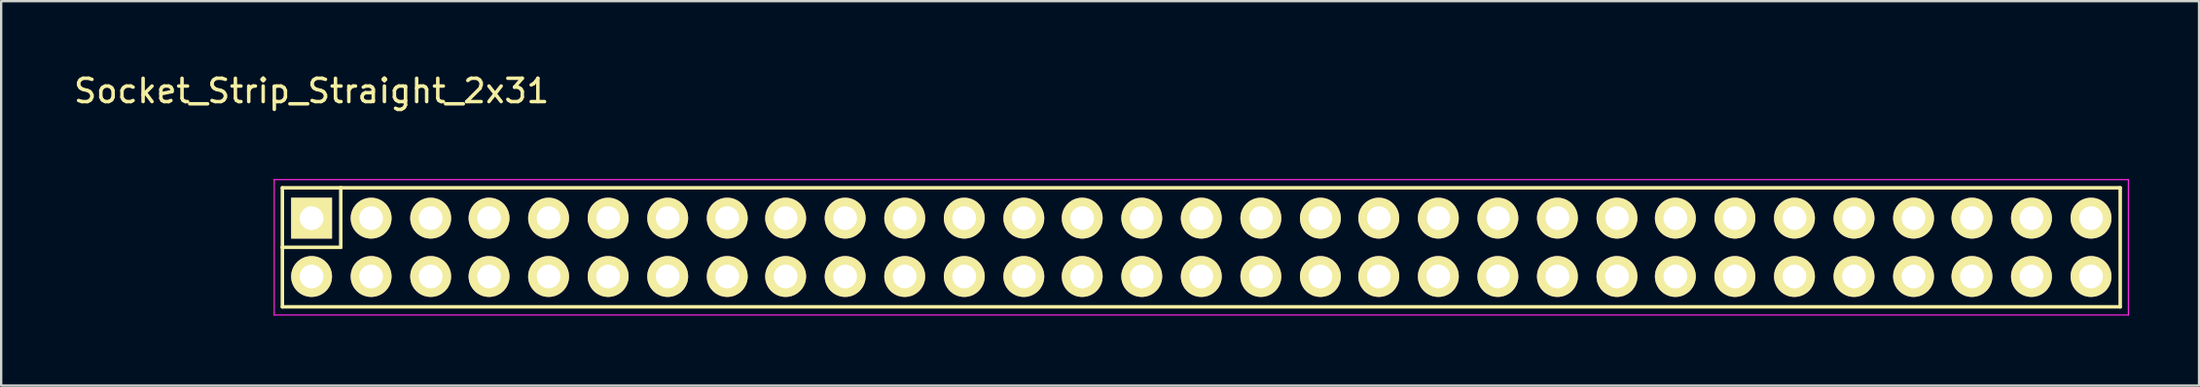
<source format=kicad_pcb>
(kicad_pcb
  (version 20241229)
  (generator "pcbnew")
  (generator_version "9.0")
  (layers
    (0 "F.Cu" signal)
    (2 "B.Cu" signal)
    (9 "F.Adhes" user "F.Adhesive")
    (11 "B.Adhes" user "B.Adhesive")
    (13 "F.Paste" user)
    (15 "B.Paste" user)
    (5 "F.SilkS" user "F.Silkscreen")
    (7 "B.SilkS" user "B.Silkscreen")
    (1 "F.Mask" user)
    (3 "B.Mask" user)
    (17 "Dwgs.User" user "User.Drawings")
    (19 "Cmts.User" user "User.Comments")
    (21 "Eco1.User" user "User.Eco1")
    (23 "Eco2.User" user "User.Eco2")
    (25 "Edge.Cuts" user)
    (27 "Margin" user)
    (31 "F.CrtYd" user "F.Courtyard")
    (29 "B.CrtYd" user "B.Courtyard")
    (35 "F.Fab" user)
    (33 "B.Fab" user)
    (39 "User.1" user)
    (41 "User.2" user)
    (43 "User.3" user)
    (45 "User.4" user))
  (footprint "Socket_Strip_Straight_2x31"
    (layer "F.Cu")
    (at 10.292 6.298)
    (property "Reference" "Socket_Strip_Straight_2x31" (at 0 -5.45 0) (layer "F.SilkS") (effects (font (size 1 1) (thickness 0.15))))
    (attr through_hole)
    (fp_line (start -1.25 -1.3) (end -1.25 1.25) (stroke (width 0.15) (type solid)) (layer "F.SilkS"))
    (fp_line (start -1.25 -1.3) (end 1.25 -1.3) (stroke (width 0.15) (type solid)) (layer "F.SilkS"))
    (fp_line (start -1.25 1.25) (end 1.25 1.25) (stroke (width 0.15) (type solid)) (layer "F.SilkS"))
    (fp_line (start -1.25 3.8) (end -1.25 1.25) (stroke (width 0.15) (type solid)) (layer "F.SilkS"))
    (fp_line (start -1.25 3.8) (end 77.45 3.8) (stroke (width 0.15) (type solid)) (layer "F.SilkS"))
    (fp_line (start 1.25 1.25) (end 1.25 -1.3) (stroke (width 0.15) (type solid)) (layer "F.SilkS"))
    (fp_line (start 77.45 -1.3) (end 1.25 -1.3) (stroke (width 0.15) (type solid)) (layer "F.SilkS"))
    (fp_line (start 77.45 3.8) (end 77.45 -1.3) (stroke (width 0.15) (type solid)) (layer "F.SilkS"))
    (fp_line (start -1.6 -1.65) (end -1.6 4.15) (stroke (width 0.05) (type solid)) (layer "F.CrtYd"))
    (fp_line (start -1.6 -1.65) (end 77.8 -1.65) (stroke (width 0.05) (type solid)) (layer "F.CrtYd"))
    (fp_line (start -1.6 4.15) (end 77.8 4.15) (stroke (width 0.05) (type solid)) (layer "F.CrtYd"))
    (fp_line (start 77.8 -1.65) (end 77.8 4.15) (stroke (width 0.05) (type solid)) (layer "F.CrtYd"))
    (pad "1" thru_hole rect (at 0 0) (size 1.75 1.75) (drill 1.016) (layers "*.Cu" "*.Mask" "F.SilkS"))
    (pad "2" thru_hole oval (at 0 2.5) (size 1.75 1.75) (drill 1.016) (layers "*.Cu" "*.Mask" "F.SilkS"))
    (pad "3" thru_hole oval (at 2.55 0) (size 1.75 1.75) (drill 1.016) (layers "*.Cu" "*.Mask" "F.SilkS"))
    (pad "4" thru_hole oval (at 2.55 2.5) (size 1.75 1.75) (drill 1.016) (layers "*.Cu" "*.Mask" "F.SilkS"))
    (pad "5" thru_hole oval (at 5.1 0) (size 1.75 1.75) (drill 1.016) (layers "*.Cu" "*.Mask" "F.SilkS"))
    (pad "6" thru_hole oval (at 5.1 2.5) (size 1.75 1.75) (drill 1.016) (layers "*.Cu" "*.Mask" "F.SilkS"))
    (pad "7" thru_hole oval (at 7.6 0) (size 1.75 1.75) (drill 1.016) (layers "*.Cu" "*.Mask" "F.SilkS"))
    (pad "8" thru_hole oval (at 7.6 2.5) (size 1.75 1.75) (drill 1.016) (layers "*.Cu" "*.Mask" "F.SilkS"))
    (pad "9" thru_hole oval (at 10.15 0) (size 1.75 1.75) (drill 1.016) (layers "*.Cu" "*.Mask" "F.SilkS"))
    (pad "10" thru_hole oval (at 10.15 2.5) (size 1.75 1.75) (drill 1.016) (layers "*.Cu" "*.Mask" "F.SilkS"))
    (pad "11" thru_hole oval (at 12.7 0) (size 1.75 1.75) (drill 1.016) (layers "*.Cu" "*.Mask" "F.SilkS"))
    (pad "12" thru_hole oval (at 12.7 2.5) (size 1.75 1.75) (drill 1.016) (layers "*.Cu" "*.Mask" "F.SilkS"))
    (pad "13" thru_hole oval (at 15.25 0) (size 1.75 1.75) (drill 1.016) (layers "*.Cu" "*.Mask" "F.SilkS"))
    (pad "14" thru_hole oval (at 15.25 2.5) (size 1.75 1.75) (drill 1.016) (layers "*.Cu" "*.Mask" "F.SilkS"))
    (pad "15" thru_hole oval (at 17.8 0) (size 1.75 1.75) (drill 1.016) (layers "*.Cu" "*.Mask" "F.SilkS"))
    (pad "16" thru_hole oval (at 17.8 2.5) (size 1.75 1.75) (drill 1.016) (layers "*.Cu" "*.Mask" "F.SilkS"))
    (pad "17" thru_hole oval (at 20.3 0) (size 1.75 1.75) (drill 1.016) (layers "*.Cu" "*.Mask" "F.SilkS"))
    (pad "18" thru_hole oval (at 20.3 2.5) (size 1.75 1.75) (drill 1.016) (layers "*.Cu" "*.Mask" "F.SilkS"))
    (pad "19" thru_hole oval (at 22.85 0) (size 1.75 1.75) (drill 1.016) (layers "*.Cu" "*.Mask" "F.SilkS"))
    (pad "20" thru_hole oval (at 22.85 2.5) (size 1.75 1.75) (drill 1.016) (layers "*.Cu" "*.Mask" "F.SilkS"))
    (pad "21" thru_hole oval (at 25.4 0) (size 1.75 1.75) (drill 1.016) (layers "*.Cu" "*.Mask" "F.SilkS"))
    (pad "22" thru_hole oval (at 25.4 2.5) (size 1.75 1.75) (drill 1.016) (layers "*.Cu" "*.Mask" "F.SilkS"))
    (pad "23" thru_hole oval (at 27.95 0) (size 1.75 1.75) (drill 1.016) (layers "*.Cu" "*.Mask" "F.SilkS"))
    (pad "24" thru_hole oval (at 27.95 2.5) (size 1.75 1.75) (drill 1.016) (layers "*.Cu" "*.Mask" "F.SilkS"))
    (pad "25" thru_hole oval (at 30.5 0) (size 1.75 1.75) (drill 1.016) (layers "*.Cu" "*.Mask" "F.SilkS"))
    (pad "26" thru_hole oval (at 30.5 2.5) (size 1.75 1.75) (drill 1.016) (layers "*.Cu" "*.Mask" "F.SilkS"))
    (pad "27" thru_hole oval (at 33 0) (size 1.75 1.75) (drill 1.016) (layers "*.Cu" "*.Mask" "F.SilkS"))
    (pad "28" thru_hole oval (at 33 2.5) (size 1.75 1.75) (drill 1.016) (layers "*.Cu" "*.Mask" "F.SilkS"))
    (pad "29" thru_hole oval (at 35.55 0) (size 1.75 1.75) (drill 1.016) (layers "*.Cu" "*.Mask" "F.SilkS"))
    (pad "30" thru_hole oval (at 35.55 2.5) (size 1.75 1.75) (drill 1.016) (layers "*.Cu" "*.Mask" "F.SilkS"))
    (pad "31" thru_hole oval (at 38.1 0) (size 1.75 1.75) (drill 1.016) (layers "*.Cu" "*.Mask" "F.SilkS"))
    (pad "32" thru_hole oval (at 38.1 2.5) (size 1.75 1.75) (drill 1.016) (layers "*.Cu" "*.Mask" "F.SilkS"))
    (pad "33" thru_hole oval (at 40.65 0) (size 1.75 1.75) (drill 1.016) (layers "*.Cu" "*.Mask" "F.SilkS"))
    (pad "34" thru_hole oval (at 40.65 2.5) (size 1.75 1.75) (drill 1.016) (layers "*.Cu" "*.Mask" "F.SilkS"))
    (pad "35" thru_hole oval (at 43.2 0) (size 1.75 1.75) (drill 1.016) (layers "*.Cu" "*.Mask" "F.SilkS"))
    (pad "36" thru_hole oval (at 43.2 2.5) (size 1.75 1.75) (drill 1.016) (layers "*.Cu" "*.Mask" "F.SilkS"))
    (pad "37" thru_hole oval (at 45.7 0) (size 1.75 1.75) (drill 1.016) (layers "*.Cu" "*.Mask" "F.SilkS"))
    (pad "38" thru_hole oval (at 45.7 2.5) (size 1.75 1.75) (drill 1.016) (layers "*.Cu" "*.Mask" "F.SilkS"))
    (pad "39" thru_hole oval (at 48.25 0) (size 1.75 1.75) (drill 1.016) (layers "*.Cu" "*.Mask" "F.SilkS"))
    (pad "40" thru_hole oval (at 48.25 2.5) (size 1.75 1.75) (drill 1.016) (layers "*.Cu" "*.Mask" "F.SilkS"))
    (pad "41" thru_hole oval (at 50.8 0) (size 1.75 1.75) (drill 1.016) (layers "*.Cu" "*.Mask" "F.SilkS"))
    (pad "42" thru_hole oval (at 50.8 2.5) (size 1.75 1.75) (drill 1.016) (layers "*.Cu" "*.Mask" "F.SilkS"))
    (pad "43" thru_hole oval (at 53.35 0) (size 1.75 1.75) (drill 1.016) (layers "*.Cu" "*.Mask" "F.SilkS"))
    (pad "44" thru_hole oval (at 53.35 2.5) (size 1.75 1.75) (drill 1.016) (layers "*.Cu" "*.Mask" "F.SilkS"))
    (pad "45" thru_hole oval (at 55.9 0) (size 1.75 1.75) (drill 1.016) (layers "*.Cu" "*.Mask" "F.SilkS"))
    (pad "46" thru_hole oval (at 55.9 2.5) (size 1.75 1.75) (drill 1.016) (layers "*.Cu" "*.Mask" "F.SilkS"))
    (pad "47" thru_hole oval (at 58.4 0) (size 1.75 1.75) (drill 1.016) (layers "*.Cu" "*.Mask" "F.SilkS"))
    (pad "48" thru_hole oval (at 58.4 2.5) (size 1.75 1.75) (drill 1.016) (layers "*.Cu" "*.Mask" "F.SilkS"))
    (pad "49" thru_hole oval (at 60.95 0) (size 1.75 1.75) (drill 1.016) (layers "*.Cu" "*.Mask" "F.SilkS"))
    (pad "50" thru_hole oval (at 60.95 2.5) (size 1.75 1.75) (drill 1.016) (layers "*.Cu" "*.Mask" "F.SilkS"))
    (pad "51" thru_hole oval (at 63.5 0) (size 1.75 1.75) (drill 1.016) (layers "*.Cu" "*.Mask" "F.SilkS"))
    (pad "52" thru_hole oval (at 63.5 2.5) (size 1.75 1.75) (drill 1.016) (layers "*.Cu" "*.Mask" "F.SilkS"))
    (pad "53" thru_hole oval (at 66.05 0) (size 1.75 1.75) (drill 1.016) (layers "*.Cu" "*.Mask" "F.SilkS"))
    (pad "54" thru_hole oval (at 66.05 2.5) (size 1.75 1.75) (drill 1.016) (layers "*.Cu" "*.Mask" "F.SilkS"))
    (pad "55" thru_hole oval (at 68.6 0) (size 1.75 1.75) (drill 1.016) (layers "*.Cu" "*.Mask" "F.SilkS"))
    (pad "56" thru_hole oval (at 68.6 2.5) (size 1.75 1.75) (drill 1.016) (layers "*.Cu" "*.Mask" "F.SilkS"))
    (pad "57" thru_hole oval (at 71.1 0) (size 1.75 1.75) (drill 1.016) (layers "*.Cu" "*.Mask" "F.SilkS"))
    (pad "58" thru_hole oval (at 71.1 2.5) (size 1.75 1.75) (drill 1.016) (layers "*.Cu" "*.Mask" "F.SilkS"))
    (pad "59" thru_hole oval (at 73.65 0) (size 1.75 1.75) (drill 1.016) (layers "*.Cu" "*.Mask" "F.SilkS"))
    (pad "60" thru_hole oval (at 73.65 2.5) (size 1.75 1.75) (drill 1.016) (layers "*.Cu" "*.Mask" "F.SilkS"))
    (pad "61" thru_hole oval (at 76.2 0) (size 1.75 1.75) (drill 1.016) (layers "*.Cu" "*.Mask" "F.SilkS"))
    (pad "62" thru_hole oval (at 76.2 2.5) (size 1.75 1.75) (drill 1.016) (layers "*.Cu" "*.Mask" "F.SilkS")))
  (gr_rect
    (start -3 -3)
    (end 91.117 13.473)
    (stroke (width 0.1) (type default))
    (fill no)
    (layer "Edge.Cuts")))
</source>
